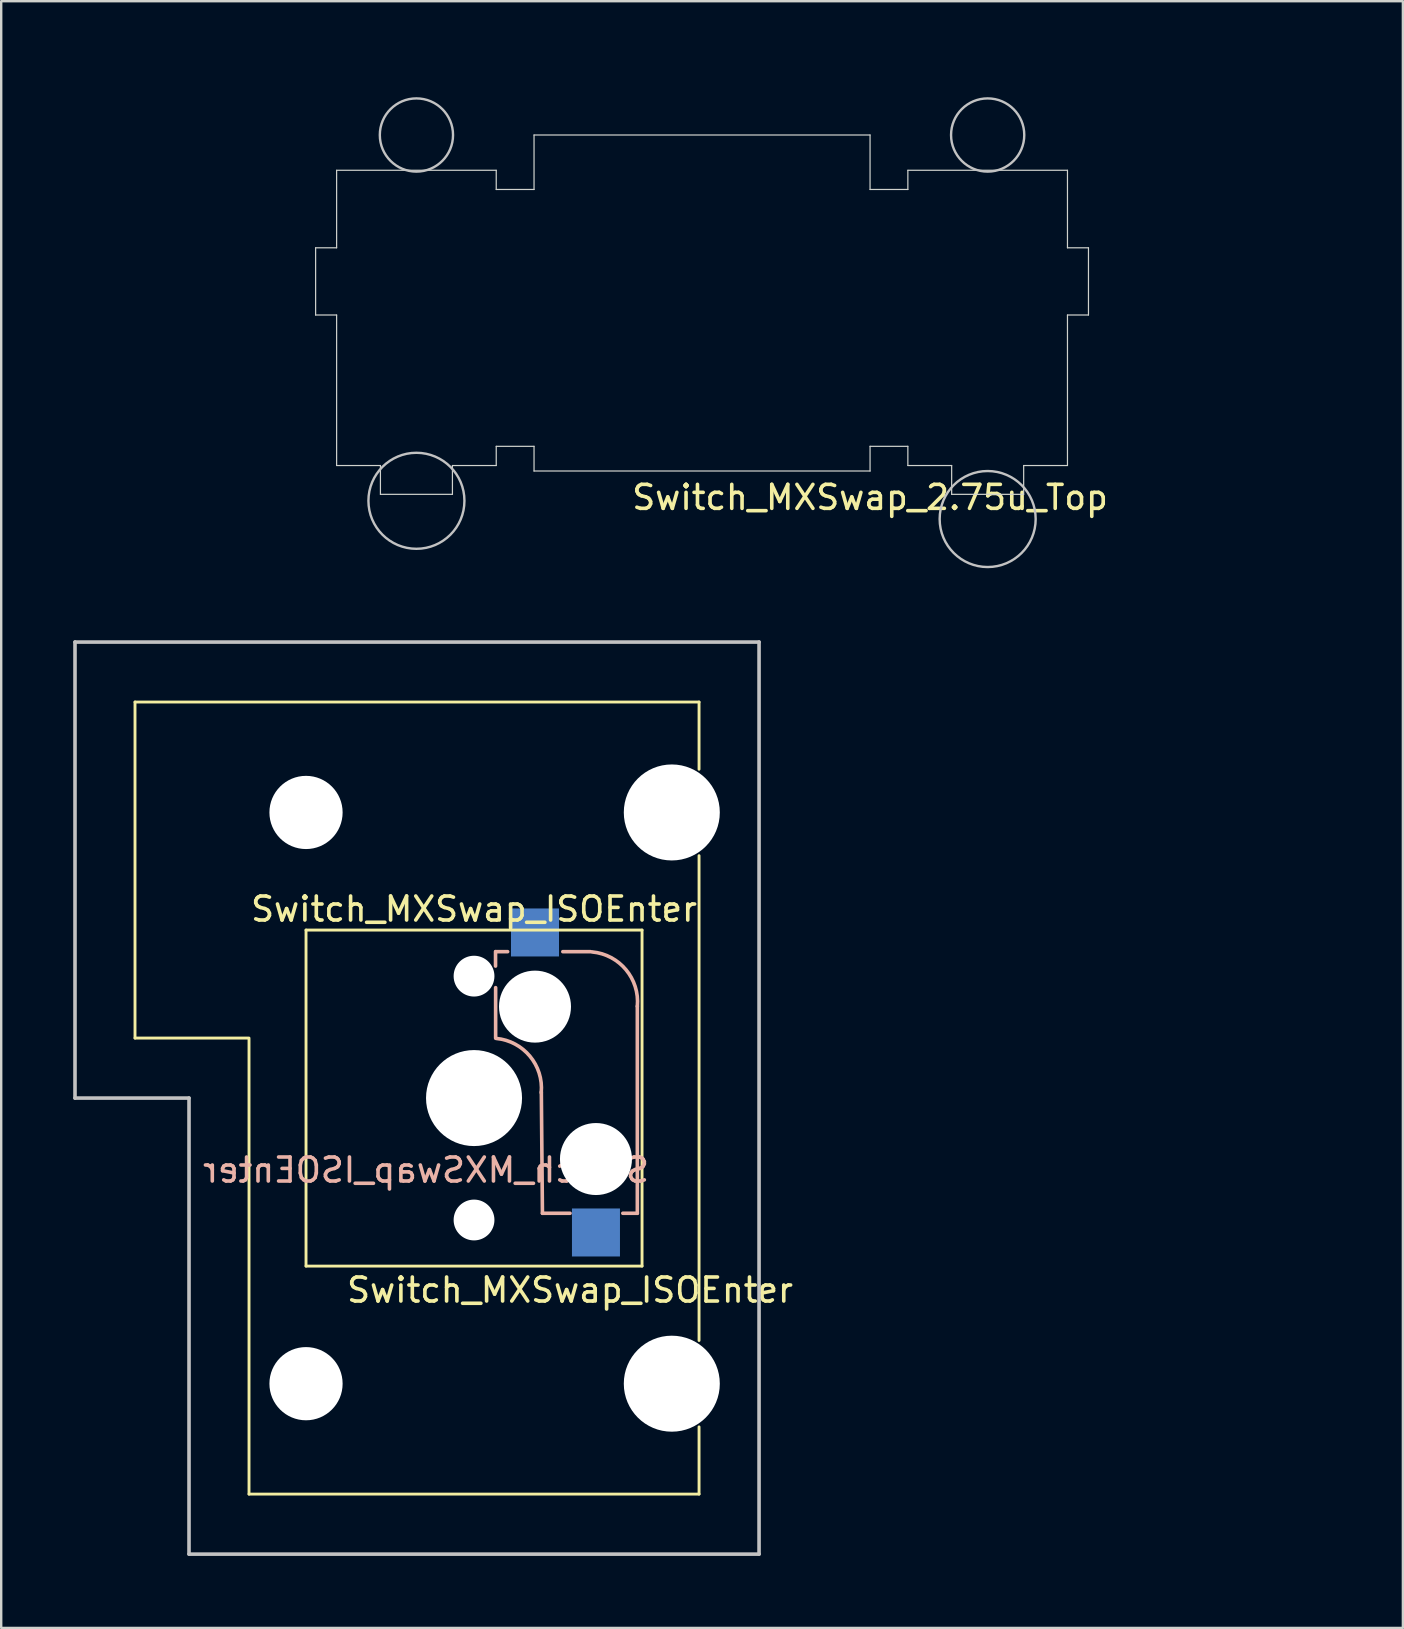
<source format=kicad_pcb>
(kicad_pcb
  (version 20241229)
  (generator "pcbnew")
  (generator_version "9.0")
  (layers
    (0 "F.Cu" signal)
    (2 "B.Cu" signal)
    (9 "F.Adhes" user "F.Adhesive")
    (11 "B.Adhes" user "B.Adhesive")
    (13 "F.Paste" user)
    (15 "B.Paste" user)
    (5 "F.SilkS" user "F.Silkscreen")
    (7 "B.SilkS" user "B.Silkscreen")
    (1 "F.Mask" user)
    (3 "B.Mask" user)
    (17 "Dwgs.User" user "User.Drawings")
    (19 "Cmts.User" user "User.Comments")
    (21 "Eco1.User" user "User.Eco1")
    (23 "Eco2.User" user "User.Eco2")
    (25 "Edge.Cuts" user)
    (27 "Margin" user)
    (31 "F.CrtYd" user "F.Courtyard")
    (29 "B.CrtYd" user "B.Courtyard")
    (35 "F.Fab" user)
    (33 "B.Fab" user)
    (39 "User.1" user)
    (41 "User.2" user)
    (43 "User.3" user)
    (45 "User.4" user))
  (footprint "Switch_MXSwap_ISOEnter"
    (layer "F.Cu")
    (at 16.7 42.7)
    (property "Reference" "Switch_MXSwap_ISOEnter" (at 0 -7.874 0) (layer "F.SilkS") (effects (font (size 1 1) (thickness 0.15))))
    (attr through_hole)
    (fp_line (start -14.125 -2.5) (end -14.125 -16.5) (stroke (width 0.12) (type solid)) (layer "F.SilkS"))
    (fp_line (start -14.125 -2.5) (end -9.419 -2.5) (stroke (width 0.12) (type solid)) (layer "F.SilkS"))
    (fp_line (start -9.375 -2.5) (end -9.375 16.5) (stroke (width 0.12) (type solid)) (layer "F.SilkS"))
    (fp_line (start -7 -7) (end -7 7) (stroke (width 0.12) (type solid)) (layer "F.SilkS"))
    (fp_line (start -7 -7) (end 7 -7) (stroke (width 0.12) (type solid)) (layer "F.SilkS"))
    (fp_line (start 7 -7) (end 7 7) (stroke (width 0.12) (type solid)) (layer "F.SilkS"))
    (fp_line (start 7 7) (end -7 7) (stroke (width 0.12) (type solid)) (layer "F.SilkS"))
    (fp_line (start 9.375 -16.5) (end -14.125 -16.5) (stroke (width 0.12) (type solid)) (layer "F.SilkS"))
    (fp_line (start 9.375 -13.7) (end 9.375 -16.5) (stroke (width 0.12) (type solid)) (layer "F.SilkS"))
    (fp_line (start 9.375 10.1) (end 9.375 -10.1) (stroke (width 0.12) (type solid)) (layer "F.SilkS"))
    (fp_line (start 9.375 16.5) (end -9.375 16.5) (stroke (width 0.12) (type solid)) (layer "F.SilkS"))
    (fp_line (start 9.375 16.5) (end 9.375 13.7) (stroke (width 0.12) (type solid)) (layer "F.SilkS"))
    (fp_line (start 0.896 -6.1) (end 0.896 -5.5) (stroke (width 0.15) (type solid)) (layer "B.SilkS"))
    (fp_line (start 0.9 -2.5) (end 0.9 -4.6) (stroke (width 0.15) (type solid)) (layer "B.SilkS"))
    (fp_line (start 1.4 -6.1) (end 0.905 -6.1) (stroke (width 0.15) (type solid)) (layer "B.SilkS"))
    (fp_line (start 2.85 4.8) (end 2.804 -0.25) (stroke (width 0.15) (type solid)) (layer "B.SilkS"))
    (fp_line (start 2.85 4.8) (end 4 4.8) (stroke (width 0.15) (type solid)) (layer "B.SilkS"))
    (fp_line (start 4.85 -6.1) (end 3.7 -6.1) (stroke (width 0.15) (type solid)) (layer "B.SilkS"))
    (fp_line (start 6.2 4.8) (end 6.804 4.8) (stroke (width 0.15) (type solid)) (layer "B.SilkS"))
    (fp_line (start 6.804 4.8) (end 6.804 -3.825) (stroke (width 0.15) (type solid)) (layer "B.SilkS"))
    (fp_arc (start 0.92 -2.485) (mid 2.328061 -1.744361) (end 2.8 -0.225) (stroke (width 0.15) (type solid)) (layer "B.SilkS"))
    (fp_arc (start 4.92 -6.089) (mid 6.33089 -5.347189) (end 6.804 -3.825) (stroke (width 0.15) (type solid)) (layer "B.SilkS"))
    (fp_line (start -16.625 -19) (end 11.875 -19) (stroke (width 0.15) (type solid)) (layer "Dwgs.User"))
    (fp_line (start -16.625 0) (end -16.625 -19) (stroke (width 0.15) (type solid)) (layer "Dwgs.User"))
    (fp_line (start -11.875 0) (end -16.625 0) (stroke (width 0.15) (type solid)) (layer "Dwgs.User"))
    (fp_line (start -11.875 19) (end -11.875 0) (stroke (width 0.15) (type solid)) (layer "Dwgs.User"))
    (fp_line (start 11.875 -19) (end 11.875 19) (stroke (width 0.15) (type solid)) (layer "Dwgs.User"))
    (fp_line (start 11.875 19) (end -11.875 19) (stroke (width 0.15) (type solid)) (layer "Dwgs.User"))
    (fp_text user "${REFERENCE}" (at 4 8 180) (layer "F.SilkS") (effects (font (size 1 1) (thickness 0.15))))
    (fp_text user "${REFERENCE}" (at -2 3 180) (layer "B.SilkS") (effects (font (size 1 1) (thickness 0.15)) (justify mirror)))
    (pad "" np_thru_hole circle (at -7 -11.9 90) (size 3.05 3.05) (drill 3.05) (layers "*.Cu" "*.Mask"))
    (pad "" np_thru_hole circle (at -7 11.9 90) (size 3.05 3.05) (drill 3.05) (layers "*.Cu" "*.Mask"))
    (pad "" np_thru_hole circle (at 0 -5.08 270) (size 1.7 1.7) (drill 1.7) (layers "*.Cu" "*.Mask"))
    (pad "" np_thru_hole circle (at 0 0) (size 4 4) (drill 4) (layers "*.Cu" "*.Mask"))
    (pad "" np_thru_hole circle (at 0 5.08 270) (size 1.7 1.7) (drill 1.7) (layers "*.Cu" "*.Mask"))
    (pad "" np_thru_hole circle (at 2.54 -3.81 90) (size 3 3) (drill 3) (layers "*.Cu" "*.Mask"))
    (pad "" np_thru_hole circle (at 5.08 2.54 90) (size 3 3) (drill 3) (layers "*.Cu" "*.Mask"))
    (pad "" np_thru_hole circle (at 8.24 -11.9 90) (size 4 4) (drill 4) (layers "*.Cu" "*.Mask"))
    (pad "" np_thru_hole circle (at 8.24 11.9 90) (size 4 4) (drill 4) (layers "*.Cu" "*.Mask"))
    (pad "1" smd rect (at 2.54 -6.9 90) (size 2 2) (layers "B.Cu" "B.Mask" "B.Paste"))
    (pad "2" smd rect (at 5.08 5.6 90) (size 2 2) (layers "B.Cu" "B.Mask" "B.Paste")))
  (footprint "Switch_MXSwap_2.75u_Top"
    (layer "F.Cu")
    (at 26.2 9.575)
    (property "Reference" "Switch_MXSwap_2.75u_Top" (at 7 8.1 0) (layer "F.SilkS") (effects (font (size 1 1) (thickness 0.15))))
    (attr through_hole)
    (fp_circle (center -11.9 -7) (end -11.9 -5.475) (stroke (width 0.1) (type solid)) (fill no) (layer "Dwgs.User"))
    (fp_circle (center -11.9 8.24) (end -11.9 10.24) (stroke (width 0.1) (type solid)) (fill no) (layer "Dwgs.User"))
    (fp_circle (center 11.9 -7) (end 11.9 -5.475) (stroke (width 0.1) (type solid)) (fill no) (layer "Dwgs.User"))
    (fp_circle (center 11.9 9) (end 11.9 11) (stroke (width 0.1) (type solid)) (fill no) (layer "Dwgs.User"))
    (fp_line (start -26.125 -9.5) (end 26.125 -9.5) (stroke (width 0.15) (type solid)) (layer "Eco2.User"))
    (fp_line (start -26.125 9.5) (end -26.125 -9.5) (stroke (width 0.15) (type solid)) (layer "Eco2.User"))
    (fp_line (start 26.125 -9.5) (end 26.125 9.5) (stroke (width 0.15) (type solid)) (layer "Eco2.User"))
    (fp_line (start 26.125 9.5) (end -26.125 9.5) (stroke (width 0.15) (type solid)) (layer "Eco2.User"))
    (fp_line (start -16.1 -2.3) (end -16.1 0.5) (stroke (width 0.05) (type solid)) (layer "Edge.Cuts"))
    (fp_line (start -16.1 0.5) (end -15.225 0.5) (stroke (width 0.05) (type solid)) (layer "Edge.Cuts"))
    (fp_line (start -15.225 -5.53) (end -15.225 -2.3) (stroke (width 0.05) (type solid)) (layer "Edge.Cuts"))
    (fp_line (start -15.225 -5.53) (end -8.575 -5.53) (stroke (width 0.05) (type solid)) (layer "Edge.Cuts"))
    (fp_line (start -15.225 -2.3) (end -16.1 -2.3) (stroke (width 0.05) (type solid)) (layer "Edge.Cuts"))
    (fp_line (start -15.225 0.5) (end -15.225 6.77) (stroke (width 0.05) (type solid)) (layer "Edge.Cuts"))
    (fp_line (start -15.225 6.77) (end -13.4 6.77) (stroke (width 0.05) (type solid)) (layer "Edge.Cuts"))
    (fp_line (start -13.4 6.77) (end -13.4 7.97) (stroke (width 0.05) (type solid)) (layer "Edge.Cuts"))
    (fp_line (start -13.4 7.97) (end -10.4 7.97) (stroke (width 0.05) (type solid)) (layer "Edge.Cuts"))
    (fp_line (start -10.4 6.77) (end -8.575 6.77) (stroke (width 0.05) (type solid)) (layer "Edge.Cuts"))
    (fp_line (start -10.4 7.97) (end -10.4 6.77) (stroke (width 0.05) (type solid)) (layer "Edge.Cuts"))
    (fp_line (start -8.575 -4.73) (end -8.575 -5.53) (stroke (width 0.05) (type solid)) (layer "Edge.Cuts"))
    (fp_line (start -8.575 -4.73) (end -7 -4.73) (stroke (width 0.05) (type solid)) (layer "Edge.Cuts"))
    (fp_line (start -8.575 5.97) (end -7 5.97) (stroke (width 0.05) (type solid)) (layer "Edge.Cuts"))
    (fp_line (start -8.575 6.77) (end -8.575 5.97) (stroke (width 0.05) (type solid)) (layer "Edge.Cuts"))
    (fp_line (start -7 -7) (end 7 -7) (stroke (width 0.05) (type solid)) (layer "Edge.Cuts"))
    (fp_line (start -7 -4.73) (end -7 -7) (stroke (width 0.05) (type solid)) (layer "Edge.Cuts"))
    (fp_line (start -7 5.97) (end -7 7) (stroke (width 0.05) (type solid)) (layer "Edge.Cuts"))
    (fp_line (start 7 -4.73) (end 7 -7) (stroke (width 0.05) (type solid)) (layer "Edge.Cuts"))
    (fp_line (start 7 5.97) (end 7 7) (stroke (width 0.05) (type solid)) (layer "Edge.Cuts"))
    (fp_line (start 7 7) (end -7 7) (stroke (width 0.05) (type solid)) (layer "Edge.Cuts"))
    (fp_line (start 8.575 -4.73) (end 7 -4.73) (stroke (width 0.05) (type solid)) (layer "Edge.Cuts"))
    (fp_line (start 8.575 -4.73) (end 8.575 -5.53) (stroke (width 0.05) (type solid)) (layer "Edge.Cuts"))
    (fp_line (start 8.575 5.97) (end 7 5.97) (stroke (width 0.05) (type solid)) (layer "Edge.Cuts"))
    (fp_line (start 8.575 6.77) (end 8.575 5.97) (stroke (width 0.05) (type solid)) (layer "Edge.Cuts"))
    (fp_line (start 10.4 6.77) (end 8.575 6.77) (stroke (width 0.05) (type solid)) (layer "Edge.Cuts"))
    (fp_line (start 10.4 7.97) (end 10.4 6.77) (stroke (width 0.05) (type solid)) (layer "Edge.Cuts"))
    (fp_line (start 13.4 6.77) (end 13.4 7.97) (stroke (width 0.05) (type solid)) (layer "Edge.Cuts"))
    (fp_line (start 13.4 7.97) (end 10.4 7.97) (stroke (width 0.05) (type solid)) (layer "Edge.Cuts"))
    (fp_line (start 15.225 -5.53) (end 8.575 -5.53) (stroke (width 0.05) (type solid)) (layer "Edge.Cuts"))
    (fp_line (start 15.225 -5.53) (end 15.225 -2.3) (stroke (width 0.05) (type solid)) (layer "Edge.Cuts"))
    (fp_line (start 15.225 -2.3) (end 16.1 -2.3) (stroke (width 0.05) (type solid)) (layer "Edge.Cuts"))
    (fp_line (start 15.225 0.5) (end 15.225 6.77) (stroke (width 0.05) (type solid)) (layer "Edge.Cuts"))
    (fp_line (start 15.225 6.77) (end 13.4 6.77) (stroke (width 0.05) (type solid)) (layer "Edge.Cuts"))
    (fp_line (start 16.1 -2.3) (end 16.1 0.5) (stroke (width 0.05) (type solid)) (layer "Edge.Cuts"))
    (fp_line (start 16.1 0.5) (end 15.225 0.5) (stroke (width 0.05) (type solid)) (layer "Edge.Cuts")))
  (gr_rect
    (start -3 -3)
    (end 55.4 64.775)
    (stroke (width 0.1) (type default))
    (fill no)
    (layer "Edge.Cuts")))
</source>
